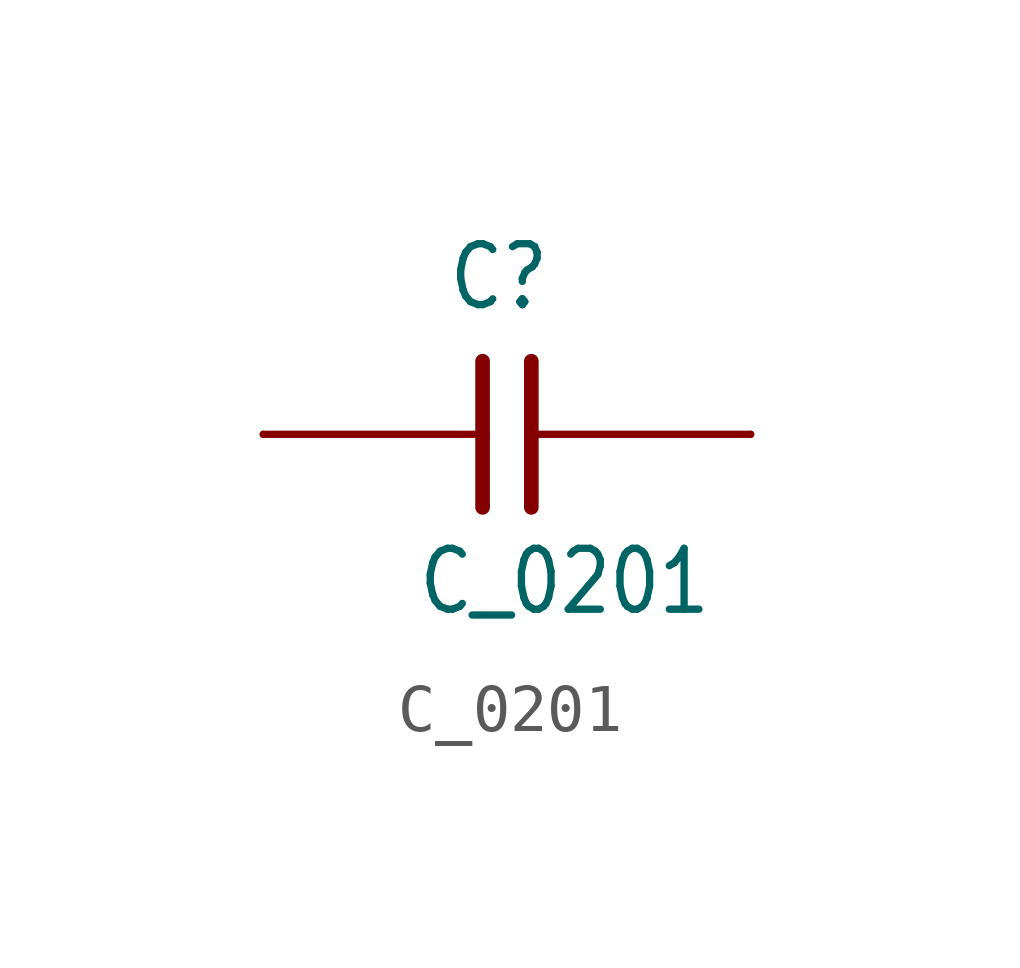
<source format=kicad_sym>
(kicad_symbol_lib
  (version 20201005)
  (generator kicad_symbol_editor)
  (symbol "C_0201"
    (property "Reference" "C"
      (at -1.27 2.54 0)
      (effects (font (size 1.27 1.079)) (justify left bottom)))
    (property "Value" "C_0201"
      (at -1.905 -3.81 0)
      (effects (font (size 1.27 1.079)) (justify left bottom)))
    (property "ki_locked" ""
      (at 0 0 0)
      (effects (font (size 1.27 1.27))))
    (symbol "C_0201_1_0"
      (polyline (pts (xy -5.08 0) (xy -0.508 0)) (stroke (width 0.152)) (fill (type none)))
      (polyline (pts (xy -0.508 1.524) (xy -0.508 0)) (stroke (width 0.305)) (fill (type none)))
      (polyline (pts (xy -0.508 0) (xy -0.508 -1.524)) (stroke (width 0.305)) (fill (type none)))
      (polyline (pts (xy 5.08 0) (xy 0.508 0)) (stroke (width 0.152)) (fill (type none)))
      (polyline (pts (xy 0.508 1.524) (xy 0.508 0)) (stroke (width 0.305)) (fill (type none)))
      (polyline (pts (xy 0.508 0) (xy 0.508 -1.524)) (stroke (width 0.305)) (fill (type none)))
      (pin passive line (at -5.08 0 0) (length 0) (name "1" (effects (font (size 0 0)))) (number "1" (effects (font (size 0 0)))))
      (pin passive line (at 5.08 0 0) (length 0) (name "2" (effects (font (size 0 0)))) (number "2" (effects (font (size 0 0))))))))
</source>
